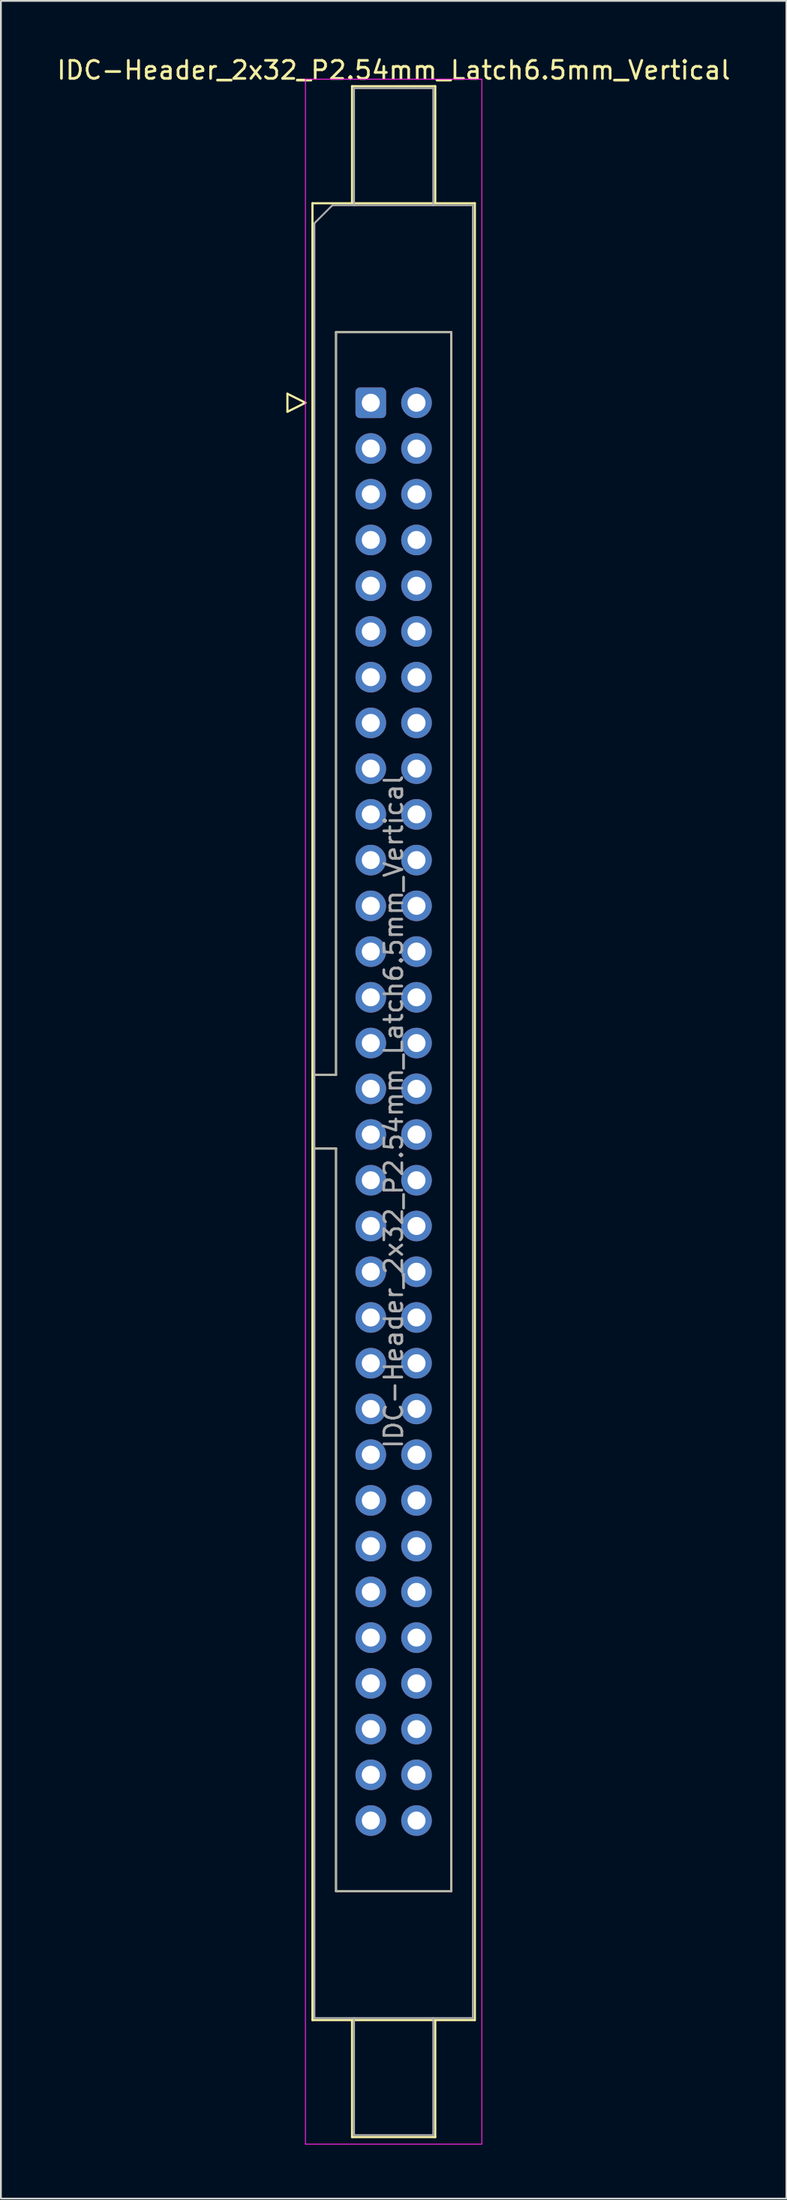
<source format=kicad_pcb>
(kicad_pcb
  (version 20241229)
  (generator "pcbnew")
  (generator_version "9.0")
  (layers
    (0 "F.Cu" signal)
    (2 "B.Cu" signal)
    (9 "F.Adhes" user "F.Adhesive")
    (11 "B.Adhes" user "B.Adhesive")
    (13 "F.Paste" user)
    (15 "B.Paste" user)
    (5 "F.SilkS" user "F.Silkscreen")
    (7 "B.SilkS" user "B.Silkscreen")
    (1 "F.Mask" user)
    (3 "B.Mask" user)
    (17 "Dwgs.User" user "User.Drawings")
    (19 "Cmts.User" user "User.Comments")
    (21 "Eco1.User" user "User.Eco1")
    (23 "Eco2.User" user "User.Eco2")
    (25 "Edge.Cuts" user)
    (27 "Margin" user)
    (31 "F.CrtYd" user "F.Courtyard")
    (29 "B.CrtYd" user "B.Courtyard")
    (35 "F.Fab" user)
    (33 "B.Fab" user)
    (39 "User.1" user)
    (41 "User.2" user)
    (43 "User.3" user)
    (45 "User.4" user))
  (footprint "IDC-Header_2x32_P2.54mm_Latch6.5mm_Vertical"
    (layer "F.Cu")
    (at 17.545 19.318)
    (property "Reference" "IDC-Header_2x32_P2.54mm_Latch6.5mm_Vertical" (at 1.27 -18.47 0) (layer "F.SilkS") (effects (font (size 1 1) (thickness 0.15))))
    (attr through_hole)
    (fp_line (start -4.63 -0.5) (end -4.63 0.5) (stroke (width 0.12) (type solid)) (layer "F.SilkS"))
    (fp_line (start -4.63 0.5) (end -3.63 0) (stroke (width 0.12) (type solid)) (layer "F.SilkS"))
    (fp_line (start -3.63 0) (end -4.63 -0.5) (stroke (width 0.12) (type solid)) (layer "F.SilkS"))
    (fp_line (start -3.24 -11.08) (end 5.78 -11.08) (stroke (width 0.12) (type solid)) (layer "F.SilkS"))
    (fp_line (start -3.24 37.32) (end -1.93 37.32) (stroke (width 0.12) (type solid)) (layer "F.SilkS"))
    (fp_line (start -3.24 89.82) (end -3.24 -11.08) (stroke (width 0.12) (type solid)) (layer "F.SilkS"))
    (fp_line (start -1.93 -3.92) (end 4.47 -3.92) (stroke (width 0.12) (type solid)) (layer "F.SilkS"))
    (fp_line (start -1.93 37.32) (end -1.93 -3.92) (stroke (width 0.12) (type solid)) (layer "F.SilkS"))
    (fp_line (start -1.93 41.42) (end -3.24 41.42) (stroke (width 0.12) (type solid)) (layer "F.SilkS"))
    (fp_line (start -1.93 41.42) (end -1.93 41.42) (stroke (width 0.12) (type solid)) (layer "F.SilkS"))
    (fp_line (start -1.93 82.66) (end -1.93 41.42) (stroke (width 0.12) (type solid)) (layer "F.SilkS"))
    (fp_line (start -1.04 -17.58) (end 3.58 -17.58) (stroke (width 0.12) (type solid)) (layer "F.SilkS"))
    (fp_line (start -1.04 -11.08) (end -1.04 -17.58) (stroke (width 0.12) (type solid)) (layer "F.SilkS"))
    (fp_line (start -1.04 89.82) (end -1.04 96.32) (stroke (width 0.12) (type solid)) (layer "F.SilkS"))
    (fp_line (start -1.04 96.32) (end 3.58 96.32) (stroke (width 0.12) (type solid)) (layer "F.SilkS"))
    (fp_line (start 3.58 -17.58) (end 3.58 -11.08) (stroke (width 0.12) (type solid)) (layer "F.SilkS"))
    (fp_line (start 3.58 96.32) (end 3.58 89.82) (stroke (width 0.12) (type solid)) (layer "F.SilkS"))
    (fp_line (start 4.47 -3.92) (end 4.47 82.66) (stroke (width 0.12) (type solid)) (layer "F.SilkS"))
    (fp_line (start 4.47 82.66) (end -1.93 82.66) (stroke (width 0.12) (type solid)) (layer "F.SilkS"))
    (fp_line (start 5.78 -11.08) (end 5.78 89.82) (stroke (width 0.12) (type solid)) (layer "F.SilkS"))
    (fp_line (start 5.78 89.82) (end -3.24 89.82) (stroke (width 0.12) (type solid)) (layer "F.SilkS"))
    (fp_line (start -3.63 -17.97) (end -3.63 96.71) (stroke (width 0.05) (type solid)) (layer "F.CrtYd"))
    (fp_line (start -3.63 96.71) (end 6.17 96.71) (stroke (width 0.05) (type solid)) (layer "F.CrtYd"))
    (fp_line (start 6.17 -17.97) (end -3.63 -17.97) (stroke (width 0.05) (type solid)) (layer "F.CrtYd"))
    (fp_line (start 6.17 96.71) (end 6.17 -17.97) (stroke (width 0.05) (type solid)) (layer "F.CrtYd"))
    (fp_line (start -3.13 -9.97) (end -2.13 -10.97) (stroke (width 0.1) (type solid)) (layer "F.Fab"))
    (fp_line (start -3.13 37.32) (end -1.93 37.32) (stroke (width 0.1) (type solid)) (layer "F.Fab"))
    (fp_line (start -3.13 89.71) (end -3.13 -9.97) (stroke (width 0.1) (type solid)) (layer "F.Fab"))
    (fp_line (start -2.13 -10.97) (end 5.67 -10.97) (stroke (width 0.1) (type solid)) (layer "F.Fab"))
    (fp_line (start -1.93 -3.92) (end 4.47 -3.92) (stroke (width 0.1) (type solid)) (layer "F.Fab"))
    (fp_line (start -1.93 37.32) (end -1.93 -3.92) (stroke (width 0.1) (type solid)) (layer "F.Fab"))
    (fp_line (start -1.93 41.42) (end -3.13 41.42) (stroke (width 0.1) (type solid)) (layer "F.Fab"))
    (fp_line (start -1.93 41.42) (end -1.93 41.42) (stroke (width 0.1) (type solid)) (layer "F.Fab"))
    (fp_line (start -1.93 82.66) (end -1.93 41.42) (stroke (width 0.1) (type solid)) (layer "F.Fab"))
    (fp_line (start -0.93 -17.47) (end 3.47 -17.47) (stroke (width 0.1) (type solid)) (layer "F.Fab"))
    (fp_line (start -0.93 -10.97) (end -0.93 -17.47) (stroke (width 0.1) (type solid)) (layer "F.Fab"))
    (fp_line (start -0.93 89.71) (end -0.93 96.21) (stroke (width 0.1) (type solid)) (layer "F.Fab"))
    (fp_line (start -0.93 96.21) (end 3.47 96.21) (stroke (width 0.1) (type solid)) (layer "F.Fab"))
    (fp_line (start 3.47 -17.47) (end 3.47 -10.97) (stroke (width 0.1) (type solid)) (layer "F.Fab"))
    (fp_line (start 3.47 96.21) (end 3.47 89.71) (stroke (width 0.1) (type solid)) (layer "F.Fab"))
    (fp_line (start 4.47 -3.92) (end 4.47 82.66) (stroke (width 0.1) (type solid)) (layer "F.Fab"))
    (fp_line (start 4.47 82.66) (end -1.93 82.66) (stroke (width 0.1) (type solid)) (layer "F.Fab"))
    (fp_line (start 5.67 -10.97) (end 5.67 89.71) (stroke (width 0.1) (type solid)) (layer "F.Fab"))
    (fp_line (start 5.67 89.71) (end -3.13 89.71) (stroke (width 0.1) (type solid)) (layer "F.Fab"))
    (fp_text user "${REFERENCE}" (at 1.27 39.37 90) (layer "F.Fab") (effects (font (size 1 1) (thickness 0.15))))
    (pad "1" thru_hole roundrect (at 0 0) (size 1.7 1.7) (drill 1) (layers "*.Cu" "*.Mask") (roundrect_rratio 0.147))
    (pad "2" thru_hole circle (at 2.54 0) (size 1.7 1.7) (drill 1) (layers "*.Cu" "*.Mask"))
    (pad "3" thru_hole circle (at 0 2.54) (size 1.7 1.7) (drill 1) (layers "*.Cu" "*.Mask"))
    (pad "4" thru_hole circle (at 2.54 2.54) (size 1.7 1.7) (drill 1) (layers "*.Cu" "*.Mask"))
    (pad "5" thru_hole circle (at 0 5.08) (size 1.7 1.7) (drill 1) (layers "*.Cu" "*.Mask"))
    (pad "6" thru_hole circle (at 2.54 5.08) (size 1.7 1.7) (drill 1) (layers "*.Cu" "*.Mask"))
    (pad "7" thru_hole circle (at 0 7.62) (size 1.7 1.7) (drill 1) (layers "*.Cu" "*.Mask"))
    (pad "8" thru_hole circle (at 2.54 7.62) (size 1.7 1.7) (drill 1) (layers "*.Cu" "*.Mask"))
    (pad "9" thru_hole circle (at 0 10.16) (size 1.7 1.7) (drill 1) (layers "*.Cu" "*.Mask"))
    (pad "10" thru_hole circle (at 2.54 10.16) (size 1.7 1.7) (drill 1) (layers "*.Cu" "*.Mask"))
    (pad "11" thru_hole circle (at 0 12.7) (size 1.7 1.7) (drill 1) (layers "*.Cu" "*.Mask"))
    (pad "12" thru_hole circle (at 2.54 12.7) (size 1.7 1.7) (drill 1) (layers "*.Cu" "*.Mask"))
    (pad "13" thru_hole circle (at 0 15.24) (size 1.7 1.7) (drill 1) (layers "*.Cu" "*.Mask"))
    (pad "14" thru_hole circle (at 2.54 15.24) (size 1.7 1.7) (drill 1) (layers "*.Cu" "*.Mask"))
    (pad "15" thru_hole circle (at 0 17.78) (size 1.7 1.7) (drill 1) (layers "*.Cu" "*.Mask"))
    (pad "16" thru_hole circle (at 2.54 17.78) (size 1.7 1.7) (drill 1) (layers "*.Cu" "*.Mask"))
    (pad "17" thru_hole circle (at 0 20.32) (size 1.7 1.7) (drill 1) (layers "*.Cu" "*.Mask"))
    (pad "18" thru_hole circle (at 2.54 20.32) (size 1.7 1.7) (drill 1) (layers "*.Cu" "*.Mask"))
    (pad "19" thru_hole circle (at 0 22.86) (size 1.7 1.7) (drill 1) (layers "*.Cu" "*.Mask"))
    (pad "20" thru_hole circle (at 2.54 22.86) (size 1.7 1.7) (drill 1) (layers "*.Cu" "*.Mask"))
    (pad "21" thru_hole circle (at 0 25.4) (size 1.7 1.7) (drill 1) (layers "*.Cu" "*.Mask"))
    (pad "22" thru_hole circle (at 2.54 25.4) (size 1.7 1.7) (drill 1) (layers "*.Cu" "*.Mask"))
    (pad "23" thru_hole circle (at 0 27.94) (size 1.7 1.7) (drill 1) (layers "*.Cu" "*.Mask"))
    (pad "24" thru_hole circle (at 2.54 27.94) (size 1.7 1.7) (drill 1) (layers "*.Cu" "*.Mask"))
    (pad "25" thru_hole circle (at 0 30.48) (size 1.7 1.7) (drill 1) (layers "*.Cu" "*.Mask"))
    (pad "26" thru_hole circle (at 2.54 30.48) (size 1.7 1.7) (drill 1) (layers "*.Cu" "*.Mask"))
    (pad "27" thru_hole circle (at 0 33.02) (size 1.7 1.7) (drill 1) (layers "*.Cu" "*.Mask"))
    (pad "28" thru_hole circle (at 2.54 33.02) (size 1.7 1.7) (drill 1) (layers "*.Cu" "*.Mask"))
    (pad "29" thru_hole circle (at 0 35.56) (size 1.7 1.7) (drill 1) (layers "*.Cu" "*.Mask"))
    (pad "30" thru_hole circle (at 2.54 35.56) (size 1.7 1.7) (drill 1) (layers "*.Cu" "*.Mask"))
    (pad "31" thru_hole circle (at 0 38.1) (size 1.7 1.7) (drill 1) (layers "*.Cu" "*.Mask"))
    (pad "32" thru_hole circle (at 2.54 38.1) (size 1.7 1.7) (drill 1) (layers "*.Cu" "*.Mask"))
    (pad "33" thru_hole circle (at 0 40.64) (size 1.7 1.7) (drill 1) (layers "*.Cu" "*.Mask"))
    (pad "34" thru_hole circle (at 2.54 40.64) (size 1.7 1.7) (drill 1) (layers "*.Cu" "*.Mask"))
    (pad "35" thru_hole circle (at 0 43.18) (size 1.7 1.7) (drill 1) (layers "*.Cu" "*.Mask"))
    (pad "36" thru_hole circle (at 2.54 43.18) (size 1.7 1.7) (drill 1) (layers "*.Cu" "*.Mask"))
    (pad "37" thru_hole circle (at 0 45.72) (size 1.7 1.7) (drill 1) (layers "*.Cu" "*.Mask"))
    (pad "38" thru_hole circle (at 2.54 45.72) (size 1.7 1.7) (drill 1) (layers "*.Cu" "*.Mask"))
    (pad "39" thru_hole circle (at 0 48.26) (size 1.7 1.7) (drill 1) (layers "*.Cu" "*.Mask"))
    (pad "40" thru_hole circle (at 2.54 48.26) (size 1.7 1.7) (drill 1) (layers "*.Cu" "*.Mask"))
    (pad "41" thru_hole circle (at 0 50.8) (size 1.7 1.7) (drill 1) (layers "*.Cu" "*.Mask"))
    (pad "42" thru_hole circle (at 2.54 50.8) (size 1.7 1.7) (drill 1) (layers "*.Cu" "*.Mask"))
    (pad "43" thru_hole circle (at 0 53.34) (size 1.7 1.7) (drill 1) (layers "*.Cu" "*.Mask"))
    (pad "44" thru_hole circle (at 2.54 53.34) (size 1.7 1.7) (drill 1) (layers "*.Cu" "*.Mask"))
    (pad "45" thru_hole circle (at 0 55.88) (size 1.7 1.7) (drill 1) (layers "*.Cu" "*.Mask"))
    (pad "46" thru_hole circle (at 2.54 55.88) (size 1.7 1.7) (drill 1) (layers "*.Cu" "*.Mask"))
    (pad "47" thru_hole circle (at 0 58.42) (size 1.7 1.7) (drill 1) (layers "*.Cu" "*.Mask"))
    (pad "48" thru_hole circle (at 2.54 58.42) (size 1.7 1.7) (drill 1) (layers "*.Cu" "*.Mask"))
    (pad "49" thru_hole circle (at 0 60.96) (size 1.7 1.7) (drill 1) (layers "*.Cu" "*.Mask"))
    (pad "50" thru_hole circle (at 2.54 60.96) (size 1.7 1.7) (drill 1) (layers "*.Cu" "*.Mask"))
    (pad "51" thru_hole circle (at 0 63.5) (size 1.7 1.7) (drill 1) (layers "*.Cu" "*.Mask"))
    (pad "52" thru_hole circle (at 2.54 63.5) (size 1.7 1.7) (drill 1) (layers "*.Cu" "*.Mask"))
    (pad "53" thru_hole circle (at 0 66.04) (size 1.7 1.7) (drill 1) (layers "*.Cu" "*.Mask"))
    (pad "54" thru_hole circle (at 2.54 66.04) (size 1.7 1.7) (drill 1) (layers "*.Cu" "*.Mask"))
    (pad "55" thru_hole circle (at 0 68.58) (size 1.7 1.7) (drill 1) (layers "*.Cu" "*.Mask"))
    (pad "56" thru_hole circle (at 2.54 68.58) (size 1.7 1.7) (drill 1) (layers "*.Cu" "*.Mask"))
    (pad "57" thru_hole circle (at 0 71.12) (size 1.7 1.7) (drill 1) (layers "*.Cu" "*.Mask"))
    (pad "58" thru_hole circle (at 2.54 71.12) (size 1.7 1.7) (drill 1) (layers "*.Cu" "*.Mask"))
    (pad "59" thru_hole circle (at 0 73.66) (size 1.7 1.7) (drill 1) (layers "*.Cu" "*.Mask"))
    (pad "60" thru_hole circle (at 2.54 73.66) (size 1.7 1.7) (drill 1) (layers "*.Cu" "*.Mask"))
    (pad "61" thru_hole circle (at 0 76.2) (size 1.7 1.7) (drill 1) (layers "*.Cu" "*.Mask"))
    (pad "62" thru_hole circle (at 2.54 76.2) (size 1.7 1.7) (drill 1) (layers "*.Cu" "*.Mask"))
    (pad "63" thru_hole circle (at 0 78.74) (size 1.7 1.7) (drill 1) (layers "*.Cu" "*.Mask"))
    (pad "64" thru_hole circle (at 2.54 78.74) (size 1.7 1.7) (drill 1) (layers "*.Cu" "*.Mask")))
  (gr_rect
    (start -3 -3)
    (end 40.631 119.053)
    (stroke (width 0.1) (type default))
    (fill no)
    (layer "Edge.Cuts")))
</source>
